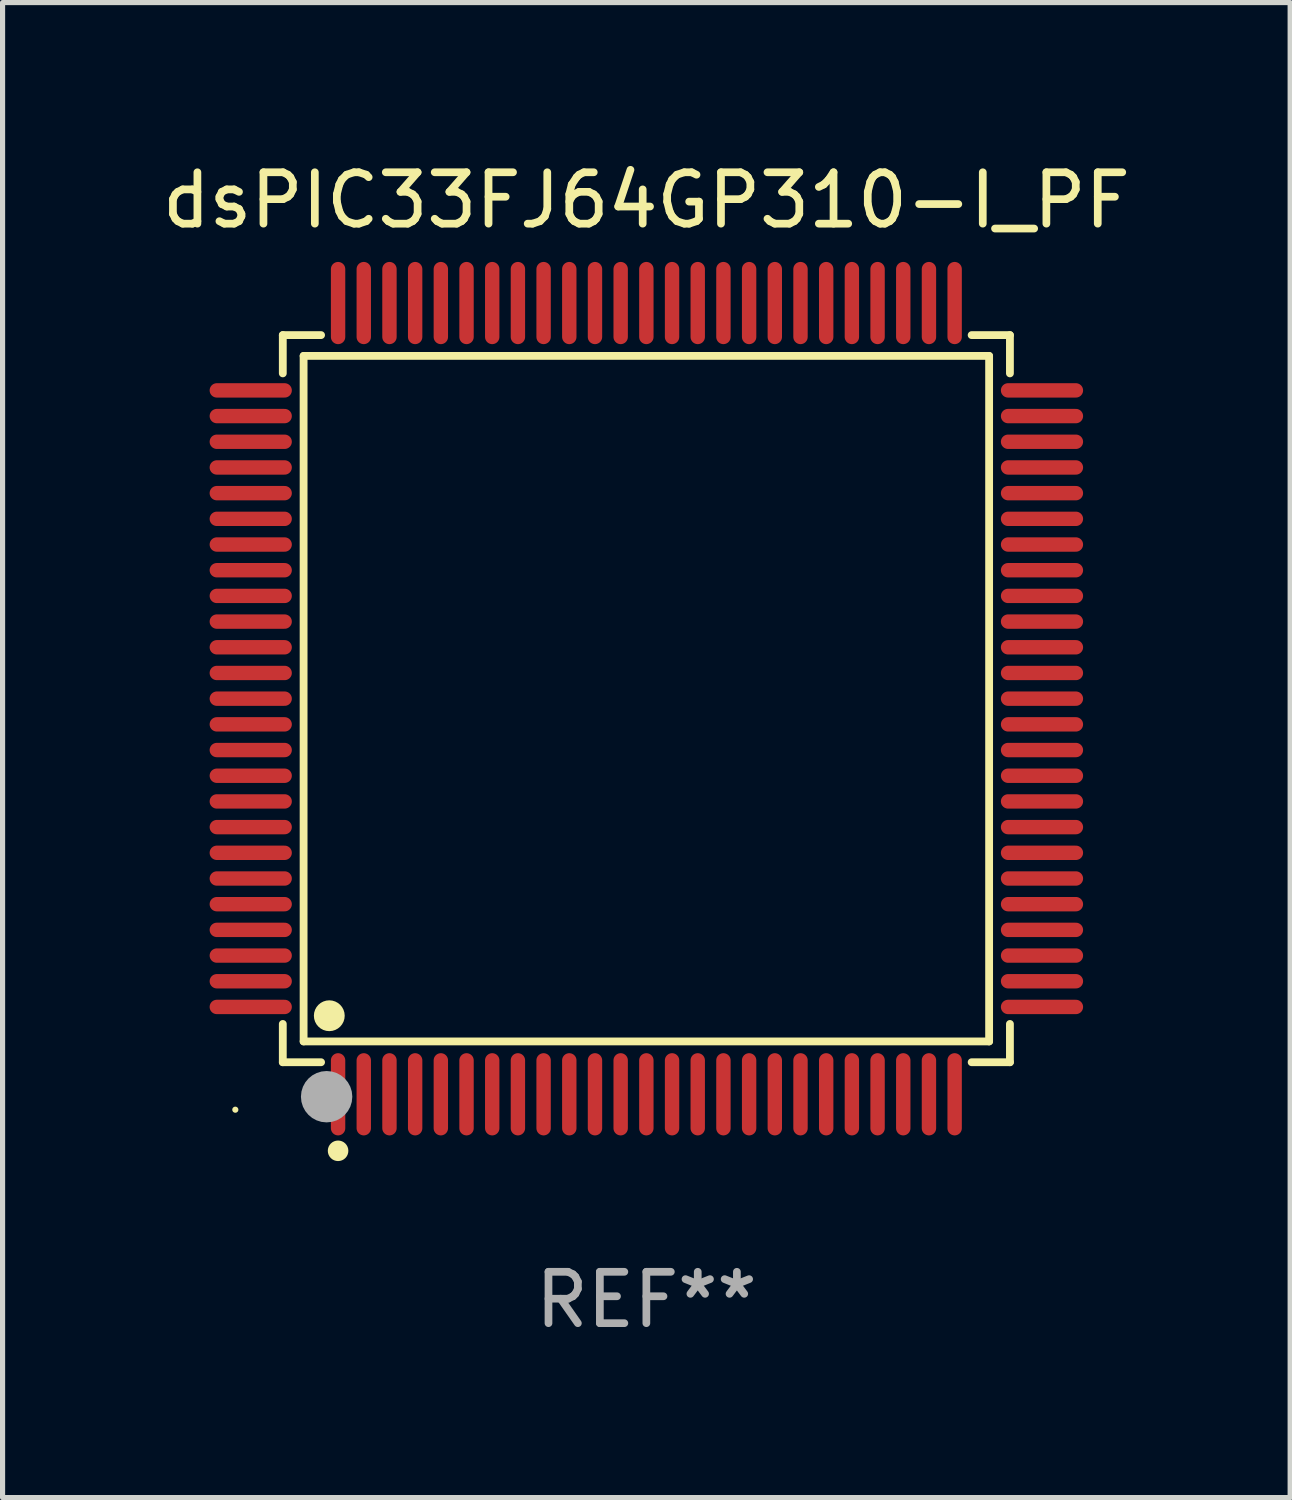
<source format=kicad_pcb>
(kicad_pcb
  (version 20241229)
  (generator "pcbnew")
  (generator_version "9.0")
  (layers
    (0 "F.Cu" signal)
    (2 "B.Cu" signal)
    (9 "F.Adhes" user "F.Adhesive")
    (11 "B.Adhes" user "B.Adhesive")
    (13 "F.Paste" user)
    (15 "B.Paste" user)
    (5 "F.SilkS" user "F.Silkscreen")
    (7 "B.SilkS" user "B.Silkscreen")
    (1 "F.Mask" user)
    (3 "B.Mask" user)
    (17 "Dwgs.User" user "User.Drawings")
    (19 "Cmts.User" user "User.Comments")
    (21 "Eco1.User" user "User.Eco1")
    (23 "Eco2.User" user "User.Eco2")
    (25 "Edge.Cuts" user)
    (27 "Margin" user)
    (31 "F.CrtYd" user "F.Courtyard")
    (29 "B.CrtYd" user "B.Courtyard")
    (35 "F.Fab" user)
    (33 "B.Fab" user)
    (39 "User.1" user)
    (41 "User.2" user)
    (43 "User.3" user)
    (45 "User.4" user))
  (footprint "dsPIC33FJ64GP310-I_PF"
    (layer "F.Cu")
    (at 9.53 10.548)
    (property "Reference" "dsPIC33FJ64GP310-I_PF" (at 0 -9.7 0) (layer "F.SilkS") (effects (font (size 1 1) (thickness 0.15))))
    (attr through_hole)
    (fp_line (start -7.076 -7.076) (end -6.331 -7.076) (stroke (width 0.152) (type solid)) (layer "F.SilkS"))
    (fp_line (start -7.076 -6.331) (end -7.076 -7.076) (stroke (width 0.152) (type solid)) (layer "F.SilkS"))
    (fp_line (start -7.076 6.331) (end -7.076 7.076) (stroke (width 0.152) (type solid)) (layer "F.SilkS"))
    (fp_line (start -7.076 7.076) (end -6.331 7.076) (stroke (width 0.152) (type solid)) (layer "F.SilkS"))
    (fp_line (start -6.671 -6.671) (end 6.671 -6.671) (stroke (width 0.152) (type solid)) (layer "F.SilkS"))
    (fp_line (start -6.671 6.671) (end -6.671 -6.671) (stroke (width 0.152) (type solid)) (layer "F.SilkS"))
    (fp_line (start 6.671 -6.671) (end 6.671 6.671) (stroke (width 0.152) (type solid)) (layer "F.SilkS"))
    (fp_line (start 6.671 6.671) (end -6.671 6.671) (stroke (width 0.152) (type solid)) (layer "F.SilkS"))
    (fp_line (start 7.076 -7.076) (end 6.331 -7.076) (stroke (width 0.152) (type solid)) (layer "F.SilkS"))
    (fp_line (start 7.076 -6.331) (end 7.076 -7.076) (stroke (width 0.152) (type solid)) (layer "F.SilkS"))
    (fp_line (start 7.076 6.331) (end 7.076 7.076) (stroke (width 0.152) (type solid)) (layer "F.SilkS"))
    (fp_line (start 7.076 7.076) (end 6.331 7.076) (stroke (width 0.152) (type solid)) (layer "F.SilkS"))
    (fp_circle (center -8 8) (end -7.97 8) (stroke (width 0.06) (type solid)) (fill no) (layer "F.SilkS"))
    (fp_circle (center -6.171 6.171) (end -6.021 6.171) (stroke (width 0.3) (type solid)) (fill no) (layer "F.SilkS"))
    (fp_circle (center -6 8.8) (end -5.9 8.8) (stroke (width 0.2) (type solid)) (fill no) (layer "F.SilkS"))
    (fp_circle (center -6.223 7.747) (end -5.973 7.747) (stroke (width 0.5) (type solid)) (fill no) (layer "F.Fab"))
    (fp_text user "REF**" (at 0 11.7 0) (layer "F.Fab") (effects (font (size 1 1) (thickness 0.15))))
    (pad "1" smd oval (at -6 7.7) (size 0.28 1.6) (layers "F.Cu" "F.Mask" "F.Paste"))
    (pad "2" smd oval (at -5.5 7.7) (size 0.28 1.6) (layers "F.Cu" "F.Mask" "F.Paste"))
    (pad "3" smd oval (at -5 7.7) (size 0.28 1.6) (layers "F.Cu" "F.Mask" "F.Paste"))
    (pad "4" smd oval (at -4.5 7.7) (size 0.28 1.6) (layers "F.Cu" "F.Mask" "F.Paste"))
    (pad "5" smd oval (at -4 7.7) (size 0.28 1.6) (layers "F.Cu" "F.Mask" "F.Paste"))
    (pad "6" smd oval (at -3.5 7.7) (size 0.28 1.6) (layers "F.Cu" "F.Mask" "F.Paste"))
    (pad "7" smd oval (at -3 7.7) (size 0.28 1.6) (layers "F.Cu" "F.Mask" "F.Paste"))
    (pad "8" smd oval (at -2.5 7.7) (size 0.28 1.6) (layers "F.Cu" "F.Mask" "F.Paste"))
    (pad "9" smd oval (at -2 7.7) (size 0.28 1.6) (layers "F.Cu" "F.Mask" "F.Paste"))
    (pad "10" smd oval (at -1.5 7.7) (size 0.28 1.6) (layers "F.Cu" "F.Mask" "F.Paste"))
    (pad "11" smd oval (at -1 7.7) (size 0.28 1.6) (layers "F.Cu" "F.Mask" "F.Paste"))
    (pad "12" smd oval (at -0.5 7.7) (size 0.28 1.6) (layers "F.Cu" "F.Mask" "F.Paste"))
    (pad "13" smd oval (at 0 7.7) (size 0.28 1.6) (layers "F.Cu" "F.Mask" "F.Paste"))
    (pad "14" smd oval (at 0.5 7.7) (size 0.28 1.6) (layers "F.Cu" "F.Mask" "F.Paste"))
    (pad "15" smd oval (at 1 7.7) (size 0.28 1.6) (layers "F.Cu" "F.Mask" "F.Paste"))
    (pad "16" smd oval (at 1.5 7.7) (size 0.28 1.6) (layers "F.Cu" "F.Mask" "F.Paste"))
    (pad "17" smd oval (at 2 7.7) (size 0.28 1.6) (layers "F.Cu" "F.Mask" "F.Paste"))
    (pad "18" smd oval (at 2.5 7.7) (size 0.28 1.6) (layers "F.Cu" "F.Mask" "F.Paste"))
    (pad "19" smd oval (at 3 7.7) (size 0.28 1.6) (layers "F.Cu" "F.Mask" "F.Paste"))
    (pad "20" smd oval (at 3.5 7.7) (size 0.28 1.6) (layers "F.Cu" "F.Mask" "F.Paste"))
    (pad "21" smd oval (at 4 7.7) (size 0.28 1.6) (layers "F.Cu" "F.Mask" "F.Paste"))
    (pad "22" smd oval (at 4.5 7.7) (size 0.28 1.6) (layers "F.Cu" "F.Mask" "F.Paste"))
    (pad "23" smd oval (at 5 7.7) (size 0.28 1.6) (layers "F.Cu" "F.Mask" "F.Paste"))
    (pad "24" smd oval (at 5.5 7.7) (size 0.28 1.6) (layers "F.Cu" "F.Mask" "F.Paste"))
    (pad "25" smd oval (at 6 7.7) (size 0.28 1.6) (layers "F.Cu" "F.Mask" "F.Paste"))
    (pad "26" smd oval (at 7.7 6) (size 1.6 0.28) (layers "F.Cu" "F.Mask" "F.Paste"))
    (pad "27" smd oval (at 7.7 5.5) (size 1.6 0.28) (layers "F.Cu" "F.Mask" "F.Paste"))
    (pad "28" smd oval (at 7.7 5) (size 1.6 0.28) (layers "F.Cu" "F.Mask" "F.Paste"))
    (pad "29" smd oval (at 7.7 4.5) (size 1.6 0.28) (layers "F.Cu" "F.Mask" "F.Paste"))
    (pad "30" smd oval (at 7.7 4) (size 1.6 0.28) (layers "F.Cu" "F.Mask" "F.Paste"))
    (pad "31" smd oval (at 7.7 3.5) (size 1.6 0.28) (layers "F.Cu" "F.Mask" "F.Paste"))
    (pad "32" smd oval (at 7.7 3) (size 1.6 0.28) (layers "F.Cu" "F.Mask" "F.Paste"))
    (pad "33" smd oval (at 7.7 2.5) (size 1.6 0.28) (layers "F.Cu" "F.Mask" "F.Paste"))
    (pad "34" smd oval (at 7.7 2) (size 1.6 0.28) (layers "F.Cu" "F.Mask" "F.Paste"))
    (pad "35" smd oval (at 7.7 1.5) (size 1.6 0.28) (layers "F.Cu" "F.Mask" "F.Paste"))
    (pad "36" smd oval (at 7.7 1) (size 1.6 0.28) (layers "F.Cu" "F.Mask" "F.Paste"))
    (pad "37" smd oval (at 7.7 0.5) (size 1.6 0.28) (layers "F.Cu" "F.Mask" "F.Paste"))
    (pad "38" smd oval (at 7.7 0) (size 1.6 0.28) (layers "F.Cu" "F.Mask" "F.Paste"))
    (pad "39" smd oval (at 7.7 -0.5) (size 1.6 0.28) (layers "F.Cu" "F.Mask" "F.Paste"))
    (pad "40" smd oval (at 7.7 -1) (size 1.6 0.28) (layers "F.Cu" "F.Mask" "F.Paste"))
    (pad "41" smd oval (at 7.7 -1.5) (size 1.6 0.28) (layers "F.Cu" "F.Mask" "F.Paste"))
    (pad "42" smd oval (at 7.7 -2) (size 1.6 0.28) (layers "F.Cu" "F.Mask" "F.Paste"))
    (pad "43" smd oval (at 7.7 -2.5) (size 1.6 0.28) (layers "F.Cu" "F.Mask" "F.Paste"))
    (pad "44" smd oval (at 7.7 -3) (size 1.6 0.28) (layers "F.Cu" "F.Mask" "F.Paste"))
    (pad "45" smd oval (at 7.7 -3.5) (size 1.6 0.28) (layers "F.Cu" "F.Mask" "F.Paste"))
    (pad "46" smd oval (at 7.7 -4) (size 1.6 0.28) (layers "F.Cu" "F.Mask" "F.Paste"))
    (pad "47" smd oval (at 7.7 -4.5) (size 1.6 0.28) (layers "F.Cu" "F.Mask" "F.Paste"))
    (pad "48" smd oval (at 7.7 -5) (size 1.6 0.28) (layers "F.Cu" "F.Mask" "F.Paste"))
    (pad "49" smd oval (at 7.7 -5.5) (size 1.6 0.28) (layers "F.Cu" "F.Mask" "F.Paste"))
    (pad "50" smd oval (at 7.7 -6) (size 1.6 0.28) (layers "F.Cu" "F.Mask" "F.Paste"))
    (pad "51" smd oval (at 6 -7.7) (size 0.28 1.6) (layers "F.Cu" "F.Mask" "F.Paste"))
    (pad "52" smd oval (at 5.5 -7.7) (size 0.28 1.6) (layers "F.Cu" "F.Mask" "F.Paste"))
    (pad "53" smd oval (at 5 -7.7) (size 0.28 1.6) (layers "F.Cu" "F.Mask" "F.Paste"))
    (pad "54" smd oval (at 4.5 -7.7) (size 0.28 1.6) (layers "F.Cu" "F.Mask" "F.Paste"))
    (pad "55" smd oval (at 4 -7.7) (size 0.28 1.6) (layers "F.Cu" "F.Mask" "F.Paste"))
    (pad "56" smd oval (at 3.5 -7.7) (size 0.28 1.6) (layers "F.Cu" "F.Mask" "F.Paste"))
    (pad "57" smd oval (at 3 -7.7) (size 0.28 1.6) (layers "F.Cu" "F.Mask" "F.Paste"))
    (pad "58" smd oval (at 2.5 -7.7) (size 0.28 1.6) (layers "F.Cu" "F.Mask" "F.Paste"))
    (pad "59" smd oval (at 2 -7.7) (size 0.28 1.6) (layers "F.Cu" "F.Mask" "F.Paste"))
    (pad "60" smd oval (at 1.5 -7.7) (size 0.28 1.6) (layers "F.Cu" "F.Mask" "F.Paste"))
    (pad "61" smd oval (at 1 -7.7) (size 0.28 1.6) (layers "F.Cu" "F.Mask" "F.Paste"))
    (pad "62" smd oval (at 0.5 -7.7) (size 0.28 1.6) (layers "F.Cu" "F.Mask" "F.Paste"))
    (pad "63" smd oval (at 0 -7.7) (size 0.28 1.6) (layers "F.Cu" "F.Mask" "F.Paste"))
    (pad "64" smd oval (at -0.5 -7.7) (size 0.28 1.6) (layers "F.Cu" "F.Mask" "F.Paste"))
    (pad "65" smd oval (at -1 -7.7) (size 0.28 1.6) (layers "F.Cu" "F.Mask" "F.Paste"))
    (pad "66" smd oval (at -1.5 -7.7) (size 0.28 1.6) (layers "F.Cu" "F.Mask" "F.Paste"))
    (pad "67" smd oval (at -2 -7.7) (size 0.28 1.6) (layers "F.Cu" "F.Mask" "F.Paste"))
    (pad "68" smd oval (at -2.5 -7.7) (size 0.28 1.6) (layers "F.Cu" "F.Mask" "F.Paste"))
    (pad "69" smd oval (at -3 -7.7) (size 0.28 1.6) (layers "F.Cu" "F.Mask" "F.Paste"))
    (pad "70" smd oval (at -3.5 -7.7) (size 0.28 1.6) (layers "F.Cu" "F.Mask" "F.Paste"))
    (pad "71" smd oval (at -4 -7.7) (size 0.28 1.6) (layers "F.Cu" "F.Mask" "F.Paste"))
    (pad "72" smd oval (at -4.5 -7.7) (size 0.28 1.6) (layers "F.Cu" "F.Mask" "F.Paste"))
    (pad "73" smd oval (at -5 -7.7) (size 0.28 1.6) (layers "F.Cu" "F.Mask" "F.Paste"))
    (pad "74" smd oval (at -5.5 -7.7) (size 0.28 1.6) (layers "F.Cu" "F.Mask" "F.Paste"))
    (pad "75" smd oval (at -6 -7.7) (size 0.28 1.6) (layers "F.Cu" "F.Mask" "F.Paste"))
    (pad "76" smd oval (at -7.7 -6) (size 1.6 0.28) (layers "F.Cu" "F.Mask" "F.Paste"))
    (pad "77" smd oval (at -7.7 -5.5) (size 1.6 0.28) (layers "F.Cu" "F.Mask" "F.Paste"))
    (pad "78" smd oval (at -7.7 -5) (size 1.6 0.28) (layers "F.Cu" "F.Mask" "F.Paste"))
    (pad "79" smd oval (at -7.7 -4.5) (size 1.6 0.28) (layers "F.Cu" "F.Mask" "F.Paste"))
    (pad "80" smd oval (at -7.7 -4) (size 1.6 0.28) (layers "F.Cu" "F.Mask" "F.Paste"))
    (pad "81" smd oval (at -7.7 -3.5) (size 1.6 0.28) (layers "F.Cu" "F.Mask" "F.Paste"))
    (pad "82" smd oval (at -7.7 -3) (size 1.6 0.28) (layers "F.Cu" "F.Mask" "F.Paste"))
    (pad "83" smd oval (at -7.7 -2.5) (size 1.6 0.28) (layers "F.Cu" "F.Mask" "F.Paste"))
    (pad "84" smd oval (at -7.7 -2) (size 1.6 0.28) (layers "F.Cu" "F.Mask" "F.Paste"))
    (pad "85" smd oval (at -7.7 -1.5) (size 1.6 0.28) (layers "F.Cu" "F.Mask" "F.Paste"))
    (pad "86" smd oval (at -7.7 -1) (size 1.6 0.28) (layers "F.Cu" "F.Mask" "F.Paste"))
    (pad "87" smd oval (at -7.7 -0.5) (size 1.6 0.28) (layers "F.Cu" "F.Mask" "F.Paste"))
    (pad "88" smd oval (at -7.7 0) (size 1.6 0.28) (layers "F.Cu" "F.Mask" "F.Paste"))
    (pad "89" smd oval (at -7.7 0.5) (size 1.6 0.28) (layers "F.Cu" "F.Mask" "F.Paste"))
    (pad "90" smd oval (at -7.7 1) (size 1.6 0.28) (layers "F.Cu" "F.Mask" "F.Paste"))
    (pad "91" smd oval (at -7.7 1.5) (size 1.6 0.28) (layers "F.Cu" "F.Mask" "F.Paste"))
    (pad "92" smd oval (at -7.7 2) (size 1.6 0.28) (layers "F.Cu" "F.Mask" "F.Paste"))
    (pad "93" smd oval (at -7.7 2.5) (size 1.6 0.28) (layers "F.Cu" "F.Mask" "F.Paste"))
    (pad "94" smd oval (at -7.7 3) (size 1.6 0.28) (layers "F.Cu" "F.Mask" "F.Paste"))
    (pad "95" smd oval (at -7.7 3.5) (size 1.6 0.28) (layers "F.Cu" "F.Mask" "F.Paste"))
    (pad "96" smd oval (at -7.7 4) (size 1.6 0.28) (layers "F.Cu" "F.Mask" "F.Paste"))
    (pad "97" smd oval (at -7.7 4.5) (size 1.6 0.28) (layers "F.Cu" "F.Mask" "F.Paste"))
    (pad "98" smd oval (at -7.7 5) (size 1.6 0.28) (layers "F.Cu" "F.Mask" "F.Paste"))
    (pad "99" smd oval (at -7.7 5.5) (size 1.6 0.28) (layers "F.Cu" "F.Mask" "F.Paste"))
    (pad "100" smd oval (at -7.7 6) (size 1.6 0.28) (layers "F.Cu" "F.Mask" "F.Paste")))
  (gr_rect
    (start -3 -3)
    (end 22.06 26.097)
    (stroke (width 0.1) (type default))
    (fill no)
    (layer "Edge.Cuts")))
</source>
